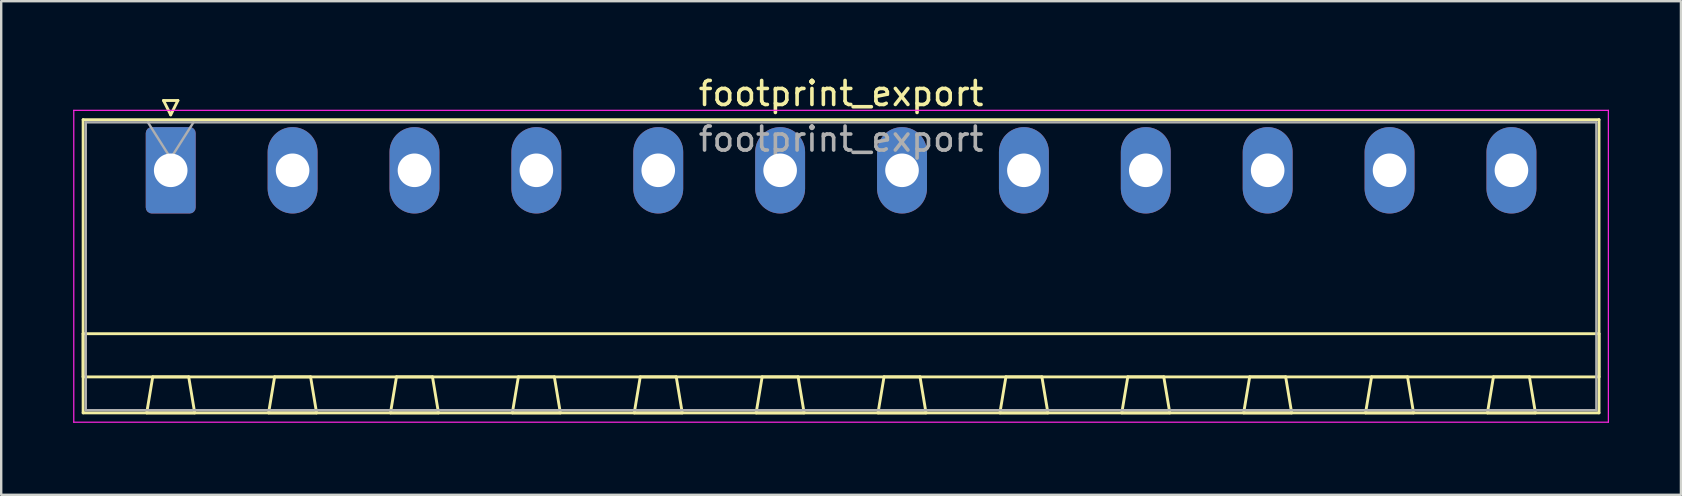
<source format=kicad_pcb>
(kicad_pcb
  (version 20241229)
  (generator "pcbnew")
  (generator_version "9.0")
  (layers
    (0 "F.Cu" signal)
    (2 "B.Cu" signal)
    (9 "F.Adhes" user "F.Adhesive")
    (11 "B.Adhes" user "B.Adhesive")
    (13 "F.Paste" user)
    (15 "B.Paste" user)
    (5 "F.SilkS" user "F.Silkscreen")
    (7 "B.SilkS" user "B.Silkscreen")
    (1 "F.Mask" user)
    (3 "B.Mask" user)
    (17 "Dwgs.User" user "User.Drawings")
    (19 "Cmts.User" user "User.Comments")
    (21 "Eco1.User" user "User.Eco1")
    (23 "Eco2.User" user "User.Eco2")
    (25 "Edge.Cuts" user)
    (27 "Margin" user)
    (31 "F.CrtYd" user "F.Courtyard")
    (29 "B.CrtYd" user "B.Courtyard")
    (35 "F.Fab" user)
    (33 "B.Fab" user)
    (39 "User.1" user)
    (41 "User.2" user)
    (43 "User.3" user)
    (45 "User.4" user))
  (footprint "footprint_export"
    (layer "F.Cu")
    (at 4.065 4.048)
    (property "Reference" "footprint_export" (at 27.94 -3.2 0) (layer "F.SilkS") (effects (font (size 1 1) (thickness 0.15))))
    (attr through_hole)
    (fp_line (start -3.65 -2.11) (end -3.65 10.11) (stroke (width 0.12) (type solid)) (layer "F.SilkS"))
    (fp_line (start -3.65 6.81) (end 59.53 6.81) (stroke (width 0.12) (type solid)) (layer "F.SilkS"))
    (fp_line (start -3.65 8.61) (end -3.65 6.81) (stroke (width 0.12) (type solid)) (layer "F.SilkS"))
    (fp_line (start -3.65 10.11) (end 59.53 10.11) (stroke (width 0.12) (type solid)) (layer "F.SilkS"))
    (fp_line (start -1 10.11) (end 1 10.11) (stroke (width 0.12) (type solid)) (layer "F.SilkS"))
    (fp_line (start -0.75 8.61) (end -1 10.11) (stroke (width 0.12) (type solid)) (layer "F.SilkS"))
    (fp_line (start -0.3 -2.91) (end 0.3 -2.91) (stroke (width 0.12) (type solid)) (layer "F.SilkS"))
    (fp_line (start 0 -2.31) (end -0.3 -2.91) (stroke (width 0.12) (type solid)) (layer "F.SilkS"))
    (fp_line (start 0.3 -2.91) (end 0 -2.31) (stroke (width 0.12) (type solid)) (layer "F.SilkS"))
    (fp_line (start 0.75 8.61) (end -0.75 8.61) (stroke (width 0.12) (type solid)) (layer "F.SilkS"))
    (fp_line (start 1 10.11) (end 0.75 8.61) (stroke (width 0.12) (type solid)) (layer "F.SilkS"))
    (fp_line (start 4.08 10.11) (end 6.08 10.11) (stroke (width 0.12) (type solid)) (layer "F.SilkS"))
    (fp_line (start 4.33 8.61) (end 4.08 10.11) (stroke (width 0.12) (type solid)) (layer "F.SilkS"))
    (fp_line (start 5.83 8.61) (end 4.33 8.61) (stroke (width 0.12) (type solid)) (layer "F.SilkS"))
    (fp_line (start 6.08 10.11) (end 5.83 8.61) (stroke (width 0.12) (type solid)) (layer "F.SilkS"))
    (fp_line (start 9.16 10.11) (end 11.16 10.11) (stroke (width 0.12) (type solid)) (layer "F.SilkS"))
    (fp_line (start 9.41 8.61) (end 9.16 10.11) (stroke (width 0.12) (type solid)) (layer "F.SilkS"))
    (fp_line (start 10.91 8.61) (end 9.41 8.61) (stroke (width 0.12) (type solid)) (layer "F.SilkS"))
    (fp_line (start 11.16 10.11) (end 10.91 8.61) (stroke (width 0.12) (type solid)) (layer "F.SilkS"))
    (fp_line (start 14.24 10.11) (end 16.24 10.11) (stroke (width 0.12) (type solid)) (layer "F.SilkS"))
    (fp_line (start 14.49 8.61) (end 14.24 10.11) (stroke (width 0.12) (type solid)) (layer "F.SilkS"))
    (fp_line (start 15.99 8.61) (end 14.49 8.61) (stroke (width 0.12) (type solid)) (layer "F.SilkS"))
    (fp_line (start 16.24 10.11) (end 15.99 8.61) (stroke (width 0.12) (type solid)) (layer "F.SilkS"))
    (fp_line (start 19.32 10.11) (end 21.32 10.11) (stroke (width 0.12) (type solid)) (layer "F.SilkS"))
    (fp_line (start 19.57 8.61) (end 19.32 10.11) (stroke (width 0.12) (type solid)) (layer "F.SilkS"))
    (fp_line (start 21.07 8.61) (end 19.57 8.61) (stroke (width 0.12) (type solid)) (layer "F.SilkS"))
    (fp_line (start 21.32 10.11) (end 21.07 8.61) (stroke (width 0.12) (type solid)) (layer "F.SilkS"))
    (fp_line (start 24.4 10.11) (end 26.4 10.11) (stroke (width 0.12) (type solid)) (layer "F.SilkS"))
    (fp_line (start 24.65 8.61) (end 24.4 10.11) (stroke (width 0.12) (type solid)) (layer "F.SilkS"))
    (fp_line (start 26.15 8.61) (end 24.65 8.61) (stroke (width 0.12) (type solid)) (layer "F.SilkS"))
    (fp_line (start 26.4 10.11) (end 26.15 8.61) (stroke (width 0.12) (type solid)) (layer "F.SilkS"))
    (fp_line (start 29.48 10.11) (end 31.48 10.11) (stroke (width 0.12) (type solid)) (layer "F.SilkS"))
    (fp_line (start 29.73 8.61) (end 29.48 10.11) (stroke (width 0.12) (type solid)) (layer "F.SilkS"))
    (fp_line (start 31.23 8.61) (end 29.73 8.61) (stroke (width 0.12) (type solid)) (layer "F.SilkS"))
    (fp_line (start 31.48 10.11) (end 31.23 8.61) (stroke (width 0.12) (type solid)) (layer "F.SilkS"))
    (fp_line (start 34.56 10.11) (end 36.56 10.11) (stroke (width 0.12) (type solid)) (layer "F.SilkS"))
    (fp_line (start 34.81 8.61) (end 34.56 10.11) (stroke (width 0.12) (type solid)) (layer "F.SilkS"))
    (fp_line (start 36.31 8.61) (end 34.81 8.61) (stroke (width 0.12) (type solid)) (layer "F.SilkS"))
    (fp_line (start 36.56 10.11) (end 36.31 8.61) (stroke (width 0.12) (type solid)) (layer "F.SilkS"))
    (fp_line (start 39.64 10.11) (end 41.64 10.11) (stroke (width 0.12) (type solid)) (layer "F.SilkS"))
    (fp_line (start 39.89 8.61) (end 39.64 10.11) (stroke (width 0.12) (type solid)) (layer "F.SilkS"))
    (fp_line (start 41.39 8.61) (end 39.89 8.61) (stroke (width 0.12) (type solid)) (layer "F.SilkS"))
    (fp_line (start 41.64 10.11) (end 41.39 8.61) (stroke (width 0.12) (type solid)) (layer "F.SilkS"))
    (fp_line (start 44.72 10.11) (end 46.72 10.11) (stroke (width 0.12) (type solid)) (layer "F.SilkS"))
    (fp_line (start 44.97 8.61) (end 44.72 10.11) (stroke (width 0.12) (type solid)) (layer "F.SilkS"))
    (fp_line (start 46.47 8.61) (end 44.97 8.61) (stroke (width 0.12) (type solid)) (layer "F.SilkS"))
    (fp_line (start 46.72 10.11) (end 46.47 8.61) (stroke (width 0.12) (type solid)) (layer "F.SilkS"))
    (fp_line (start 49.8 10.11) (end 51.8 10.11) (stroke (width 0.12) (type solid)) (layer "F.SilkS"))
    (fp_line (start 50.05 8.61) (end 49.8 10.11) (stroke (width 0.12) (type solid)) (layer "F.SilkS"))
    (fp_line (start 51.55 8.61) (end 50.05 8.61) (stroke (width 0.12) (type solid)) (layer "F.SilkS"))
    (fp_line (start 51.8 10.11) (end 51.55 8.61) (stroke (width 0.12) (type solid)) (layer "F.SilkS"))
    (fp_line (start 54.88 10.11) (end 56.88 10.11) (stroke (width 0.12) (type solid)) (layer "F.SilkS"))
    (fp_line (start 55.13 8.61) (end 54.88 10.11) (stroke (width 0.12) (type solid)) (layer "F.SilkS"))
    (fp_line (start 56.63 8.61) (end 55.13 8.61) (stroke (width 0.12) (type solid)) (layer "F.SilkS"))
    (fp_line (start 56.88 10.11) (end 56.63 8.61) (stroke (width 0.12) (type solid)) (layer "F.SilkS"))
    (fp_line (start 59.53 -2.11) (end -3.65 -2.11) (stroke (width 0.12) (type solid)) (layer "F.SilkS"))
    (fp_line (start 59.53 6.81) (end 59.53 8.61) (stroke (width 0.12) (type solid)) (layer "F.SilkS"))
    (fp_line (start 59.53 8.61) (end -3.65 8.61) (stroke (width 0.12) (type solid)) (layer "F.SilkS"))
    (fp_line (start 59.53 10.11) (end 59.53 -2.11) (stroke (width 0.12) (type solid)) (layer "F.SilkS"))
    (fp_line (start -4.04 -2.5) (end -4.04 10.5) (stroke (width 0.05) (type solid)) (layer "F.CrtYd"))
    (fp_line (start -4.04 10.5) (end 59.92 10.5) (stroke (width 0.05) (type solid)) (layer "F.CrtYd"))
    (fp_line (start 59.92 -2.5) (end -4.04 -2.5) (stroke (width 0.05) (type solid)) (layer "F.CrtYd"))
    (fp_line (start 59.92 10.5) (end 59.92 -2.5) (stroke (width 0.05) (type solid)) (layer "F.CrtYd"))
    (fp_line (start -3.54 -2) (end -3.54 10) (stroke (width 0.1) (type solid)) (layer "F.Fab"))
    (fp_line (start -3.54 10) (end 59.42 10) (stroke (width 0.1) (type solid)) (layer "F.Fab"))
    (fp_line (start 0 -0.5) (end -0.95 -2) (stroke (width 0.1) (type solid)) (layer "F.Fab"))
    (fp_line (start 0.95 -2) (end 0 -0.5) (stroke (width 0.1) (type solid)) (layer "F.Fab"))
    (fp_line (start 59.42 -2) (end -3.54 -2) (stroke (width 0.1) (type solid)) (layer "F.Fab"))
    (fp_line (start 59.42 10) (end 59.42 -2) (stroke (width 0.1) (type solid)) (layer "F.Fab"))
    (fp_text user "${REFERENCE}" (at 27.94 -1.3 0) (layer "F.Fab") (effects (font (size 1 1) (thickness 0.15))))
    (pad "1" thru_hole roundrect (at 0 0) (size 2.08 3.6) (drill 1.4) (layers "*.Cu" "*.Mask") (roundrect_rratio 0.12))
    (pad "2" thru_hole oval (at 5.08 0) (size 2.08 3.6) (drill 1.4) (layers "*.Cu" "*.Mask"))
    (pad "3" thru_hole oval (at 10.16 0) (size 2.08 3.6) (drill 1.4) (layers "*.Cu" "*.Mask"))
    (pad "4" thru_hole oval (at 15.24 0) (size 2.08 3.6) (drill 1.4) (layers "*.Cu" "*.Mask"))
    (pad "5" thru_hole oval (at 20.32 0) (size 2.08 3.6) (drill 1.4) (layers "*.Cu" "*.Mask"))
    (pad "6" thru_hole oval (at 25.4 0) (size 2.08 3.6) (drill 1.4) (layers "*.Cu" "*.Mask"))
    (pad "7" thru_hole oval (at 30.48 0) (size 2.08 3.6) (drill 1.4) (layers "*.Cu" "*.Mask"))
    (pad "8" thru_hole oval (at 35.56 0) (size 2.08 3.6) (drill 1.4) (layers "*.Cu" "*.Mask"))
    (pad "9" thru_hole oval (at 40.64 0) (size 2.08 3.6) (drill 1.4) (layers "*.Cu" "*.Mask"))
    (pad "10" thru_hole oval (at 45.72 0) (size 2.08 3.6) (drill 1.4) (layers "*.Cu" "*.Mask"))
    (pad "11" thru_hole oval (at 50.8 0) (size 2.08 3.6) (drill 1.4) (layers "*.Cu" "*.Mask"))
    (pad "12" thru_hole oval (at 55.88 0) (size 2.08 3.6) (drill 1.4) (layers "*.Cu" "*.Mask")))
  (gr_rect
    (start -3 -3)
    (end 67.01 17.573)
    (stroke (width 0.1) (type default))
    (fill no)
    (layer "Edge.Cuts")))
</source>
